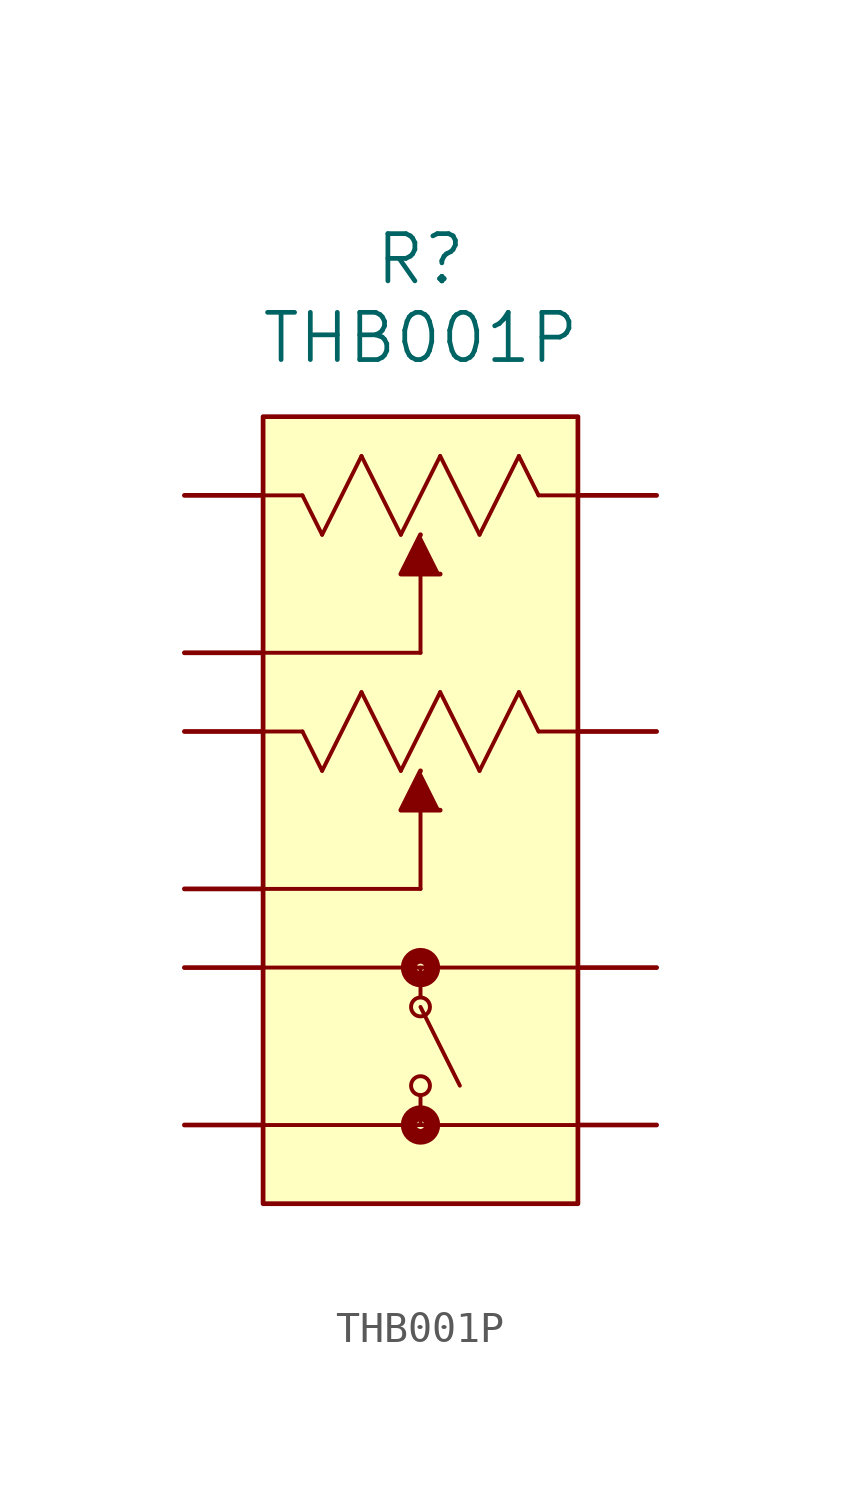
<source format=kicad_sym>
(kicad_symbol_lib
  (version 20231120)
  (generator "kicad_symbol_editor")
  (generator_version "8.0")
  (symbol "THB001P"
    (pin_numbers hide)
    (pin_names
      (offset 0.254) hide)
    (property "Reference" "R"
      (at 12.7 7.62 0)
      (effects (font (size 1.524 1.524))))
    (property "Value" "THB001P"
      (at 12.7 5.08 0)
      (effects (font (size 1.524 1.524))))
    (symbol "THB001P_0_1"
      (polyline (pts (xy 7.62 -20.32) (xy 17.78 -20.32)) (stroke (width 0.127) (type default)) (fill (type none)))
      (polyline (pts (xy 7.62 -15.24) (xy 17.78 -15.24)) (stroke (width 0.127) (type default)) (fill (type none)))
      (polyline (pts (xy 7.62 -12.7) (xy 12.7 -12.7)) (stroke (width 0.127) (type default)) (fill (type none)))
      (polyline (pts (xy 7.62 -7.62) (xy 8.89 -7.62)) (stroke (width 0.127) (type default)) (fill (type none)))
      (polyline (pts (xy 7.62 -5.08) (xy 12.7 -5.08)) (stroke (width 0.127) (type default)) (fill (type none)))
      (polyline (pts (xy 7.62 0) (xy 8.89 0)) (stroke (width 0.127) (type default)) (fill (type none)))
      (polyline (pts (xy 8.89 -7.62) (xy 9.525 -8.89)) (stroke (width 0.127) (type default)) (fill (type none)))
      (polyline (pts (xy 8.89 0) (xy 9.525 -1.27)) (stroke (width 0.127) (type default)) (fill (type none)))
      (polyline (pts (xy 9.525 -8.89) (xy 10.795 -6.35)) (stroke (width 0.127) (type default)) (fill (type none)))
      (polyline (pts (xy 9.525 -1.27) (xy 10.795 1.27)) (stroke (width 0.127) (type default)) (fill (type none)))
      (polyline (pts (xy 10.795 -6.35) (xy 12.065 -8.89)) (stroke (width 0.127) (type default)) (fill (type none)))
      (polyline (pts (xy 10.795 1.27) (xy 12.065 -1.27)) (stroke (width 0.127) (type default)) (fill (type none)))
      (polyline (pts (xy 12.065 -8.89) (xy 13.335 -6.35)) (stroke (width 0.127) (type default)) (fill (type none)))
      (polyline (pts (xy 12.065 -1.27) (xy 13.335 1.27)) (stroke (width 0.127) (type default)) (fill (type none)))
      (polyline (pts (xy 12.7 -19.367) (xy 12.7 -20.32)) (stroke (width 0.127) (type default)) (fill (type none)))
      (polyline (pts (xy 12.7 -16.51) (xy 13.97 -19.05)) (stroke (width 0.127) (type default)) (fill (type none)))
      (polyline (pts (xy 12.7 -16.192) (xy 12.7 -15.24)) (stroke (width 0.127) (type default)) (fill (type none)))
      (polyline (pts (xy 12.7 -12.7) (xy 12.7 -10.16)) (stroke (width 0.127) (type default)) (fill (type none)))
      (polyline (pts (xy 12.7 -5.08) (xy 12.7 -2.54)) (stroke (width 0.127) (type default)) (fill (type none)))
      (polyline (pts (xy 13.335 -6.35) (xy 14.605 -8.89)) (stroke (width 0.127) (type default)) (fill (type none)))
      (polyline (pts (xy 13.335 1.27) (xy 14.605 -1.27)) (stroke (width 0.127) (type default)) (fill (type none)))
      (polyline (pts (xy 14.605 -8.89) (xy 15.875 -6.35)) (stroke (width 0.127) (type default)) (fill (type none)))
      (polyline (pts (xy 14.605 -1.27) (xy 15.875 1.27)) (stroke (width 0.127) (type default)) (fill (type none)))
      (polyline (pts (xy 15.875 -6.35) (xy 16.51 -7.62)) (stroke (width 0.127) (type default)) (fill (type none)))
      (polyline (pts (xy 15.875 1.27) (xy 16.51 0)) (stroke (width 0.127) (type default)) (fill (type none)))
      (polyline (pts (xy 16.51 -7.62) (xy 17.78 -7.62)) (stroke (width 0.127) (type default)) (fill (type none)))
      (polyline (pts (xy 16.51 0) (xy 17.78 0)) (stroke (width 0.127) (type default)) (fill (type none)))
      (polyline (pts (xy 12.7 -8.89) (xy 12.065 -10.16) (xy 13.335 -10.16)) (stroke (width 0) (type default)) (fill (type outline)))
      (polyline (pts (xy 12.7 -1.27) (xy 12.065 -2.54) (xy 13.335 -2.54)) (stroke (width 0) (type default)) (fill (type outline)))
      (circle (center 12.7 -20.32) (radius 0.127) (stroke (width 0.508) (type default)) (fill (type none)))
      (circle (center 12.7 -19.05) (radius 0.305) (stroke (width 0.127) (type default)) (fill (type none)))
      (circle (center 12.7 -16.51) (radius 0.305) (stroke (width 0.127) (type default)) (fill (type none)))
      (circle (center 12.7 -15.24) (radius 0.127) (stroke (width 0.508) (type default)) (fill (type none))))
    (symbol "THB001P_1_1"
      (rectangle (start 7.62 2.54) (end 17.78 -22.86) (stroke (width 0) (type default)) (fill (type background)))
      (pin passive line (at 5.08 0 0) (length 2.54) (name "1" (effects (font (size 1.27 1.27)))) (number "1" (effects (font (size 1.27 1.27)))))
      (pin passive line (at 5.08 -7.62 0) (length 2.54) (name "1'" (effects (font (size 1.27 1.27)))) (number "1'" (effects (font (size 1.27 1.27)))))
      (pin passive line (at 5.08 -5.08 0) (length 2.54) (name "2" (effects (font (size 1.27 1.27)))) (number "2" (effects (font (size 1.27 1.27)))))
      (pin passive line (at 5.08 -12.7 0) (length 2.54) (name "2'" (effects (font (size 1.27 1.27)))) (number "2'" (effects (font (size 1.27 1.27)))))
      (pin passive line (at 20.32 0 180) (length 2.54) (name "3" (effects (font (size 1.27 1.27)))) (number "3" (effects (font (size 1.27 1.27)))))
      (pin passive line (at 20.32 -7.62 180) (length 2.54) (name "3'" (effects (font (size 1.27 1.27)))) (number "3'" (effects (font (size 1.27 1.27)))))
      (pin passive line (at 5.08 -15.24 0) (length 2.54) (name "A" (effects (font (size 1.27 1.27)))) (number "A" (effects (font (size 1.27 1.27)))))
      (pin passive line (at 20.32 -15.24 180) (length 2.54) (name "B" (effects (font (size 1.27 1.27)))) (number "B" (effects (font (size 1.27 1.27)))))
      (pin passive line (at 5.08 -20.32 0) (length 2.54) (name "C" (effects (font (size 1.27 1.27)))) (number "C" (effects (font (size 1.27 1.27)))))
      (pin passive line (at 20.32 -20.32 180) (length 2.54) (name "D" (effects (font (size 1.27 1.27)))) (number "D" (effects (font (size 1.27 1.27))))))))
</source>
